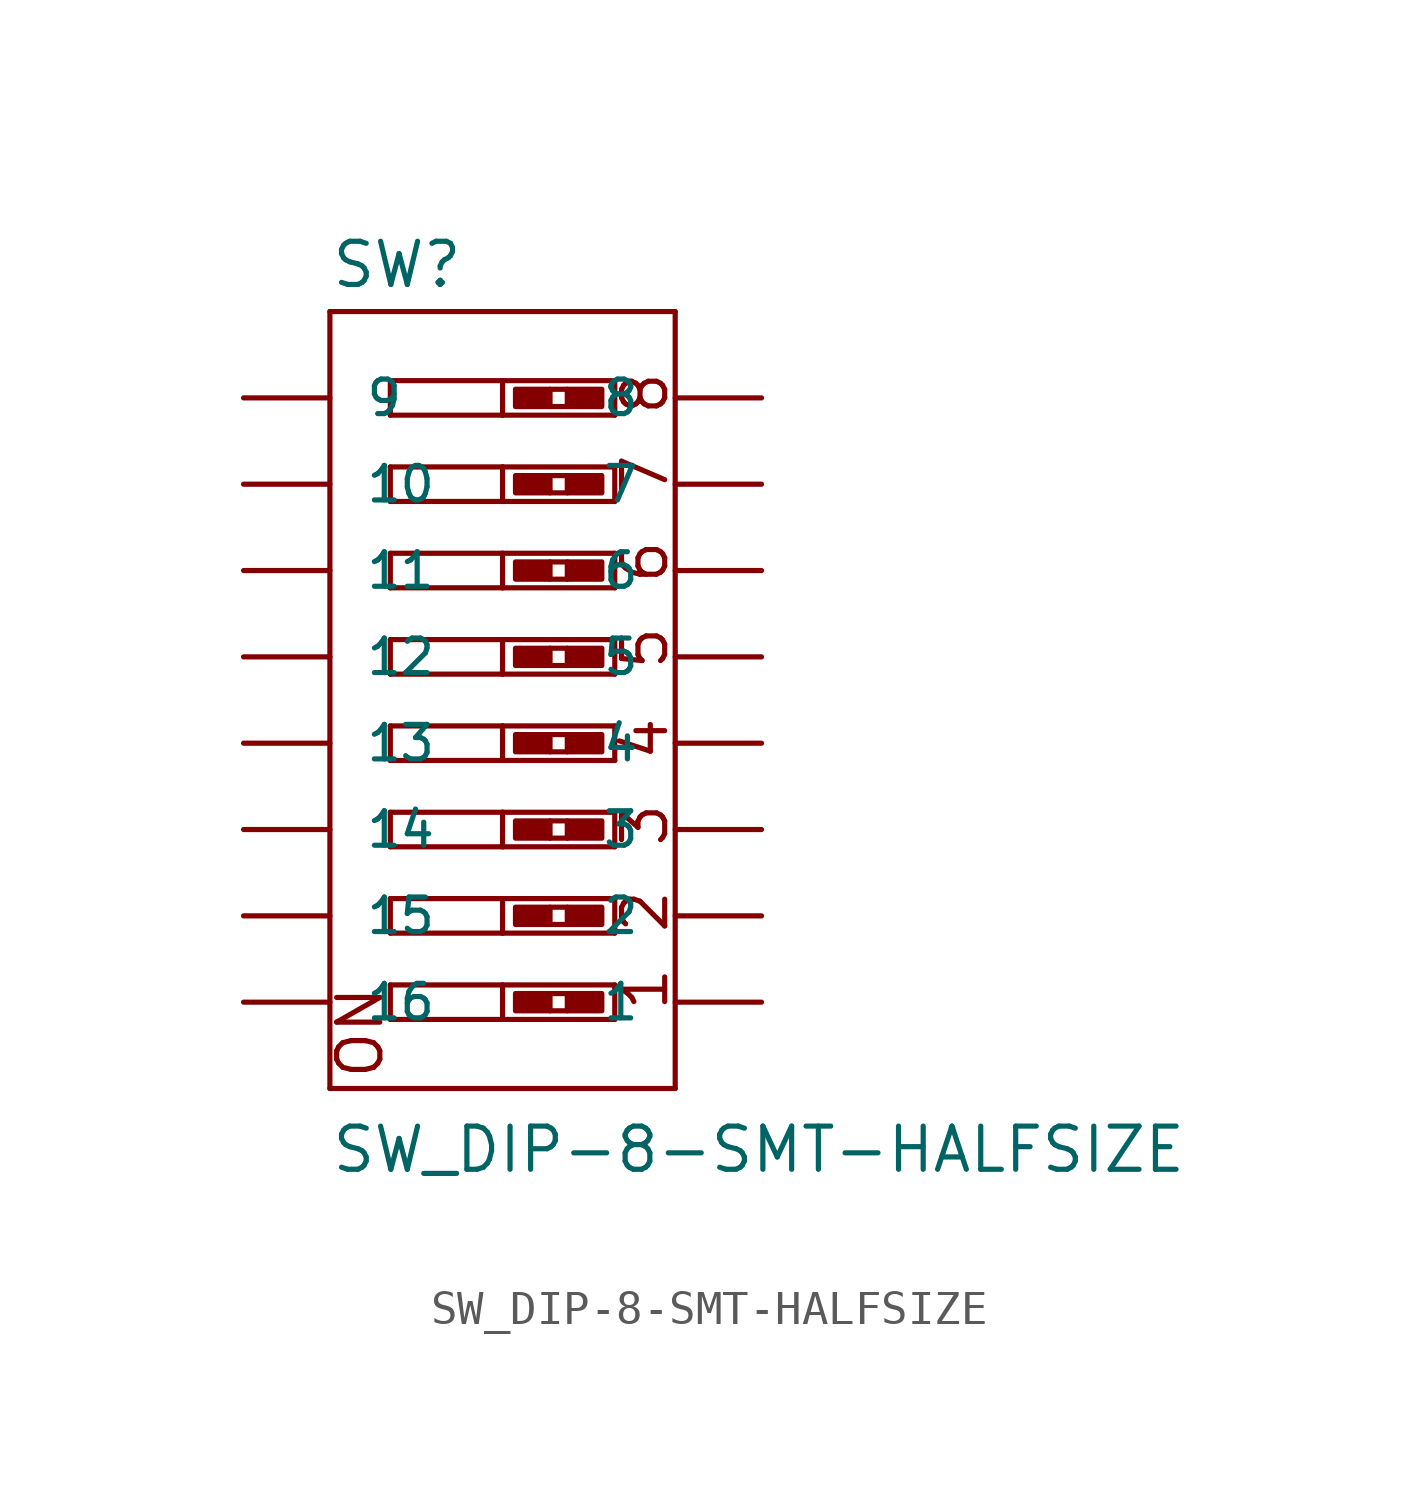
<source format=kicad_sym>
(kicad_symbol_lib
  (version 20211014)
  (generator kicad_symbol_editor)
  (symbol "SW_DIP-8-SMT-HALFSIZE"
    (pin_numbers hide)
    (pin_names
      (offset 1.016))
    (property "Reference" "SW"
      (at -5.08 10.795 0)
      (effects (font (size 1.27 1.27)) (justify left bottom)))
    (property "Value" "SW_DIP-8-SMT-HALFSIZE"
      (at -5.08 -15.24 0)
      (effects (font (size 1.27 1.27)) (justify left bottom)))
    (property "ki_locked" ""
      (at 0 0 0)
      (effects (font (size 1.27 1.27))))
    (symbol "SW_DIP-8-SMT-HALFSIZE_1_0"
      (polyline (pts (xy -5.08 -12.7) (xy 5.08 -12.7)) (stroke (width 0) (type default) (color 0 0 0 0)) (fill (type none)))
      (polyline (pts (xy -5.08 10.16) (xy -5.08 -12.7)) (stroke (width 0) (type default) (color 0 0 0 0)) (fill (type none)))
      (polyline (pts (xy -3.302 -10.668) (xy -3.302 -9.652)) (stroke (width 0) (type default) (color 0 0 0 0)) (fill (type none)))
      (polyline (pts (xy -3.302 -9.652) (xy 0 -9.652)) (stroke (width 0) (type default) (color 0 0 0 0)) (fill (type none)))
      (polyline (pts (xy -3.302 -8.128) (xy -3.302 -7.112)) (stroke (width 0) (type default) (color 0 0 0 0)) (fill (type none)))
      (polyline (pts (xy -3.302 -7.112) (xy 0 -7.112)) (stroke (width 0) (type default) (color 0 0 0 0)) (fill (type none)))
      (polyline (pts (xy -3.302 -5.588) (xy -3.302 -4.572)) (stroke (width 0) (type default) (color 0 0 0 0)) (fill (type none)))
      (polyline (pts (xy -3.302 -4.572) (xy 0 -4.572)) (stroke (width 0) (type default) (color 0 0 0 0)) (fill (type none)))
      (polyline (pts (xy -3.302 -3.048) (xy -3.302 -2.032)) (stroke (width 0) (type default) (color 0 0 0 0)) (fill (type none)))
      (polyline (pts (xy -3.302 -2.032) (xy 0 -2.032)) (stroke (width 0) (type default) (color 0 0 0 0)) (fill (type none)))
      (polyline (pts (xy -3.302 -0.508) (xy -3.302 0.508)) (stroke (width 0) (type default) (color 0 0 0 0)) (fill (type none)))
      (polyline (pts (xy -3.302 0.508) (xy 0 0.508)) (stroke (width 0) (type default) (color 0 0 0 0)) (fill (type none)))
      (polyline (pts (xy -3.302 2.032) (xy -3.302 3.048)) (stroke (width 0) (type default) (color 0 0 0 0)) (fill (type none)))
      (polyline (pts (xy -3.302 3.048) (xy 0 3.048)) (stroke (width 0) (type default) (color 0 0 0 0)) (fill (type none)))
      (polyline (pts (xy -3.302 4.572) (xy -3.302 5.588)) (stroke (width 0) (type default) (color 0 0 0 0)) (fill (type none)))
      (polyline (pts (xy -3.302 5.588) (xy 0 5.588)) (stroke (width 0) (type default) (color 0 0 0 0)) (fill (type none)))
      (polyline (pts (xy -3.302 7.112) (xy -3.302 8.128)) (stroke (width 0) (type default) (color 0 0 0 0)) (fill (type none)))
      (polyline (pts (xy -3.302 8.128) (xy 0 8.128)) (stroke (width 0) (type default) (color 0 0 0 0)) (fill (type none)))
      (polyline (pts (xy 0 -10.668) (xy -3.302 -10.668)) (stroke (width 0) (type default) (color 0 0 0 0)) (fill (type none)))
      (polyline (pts (xy 0 -9.652) (xy 0 -10.668)) (stroke (width 0) (type default) (color 0 0 0 0)) (fill (type none)))
      (polyline (pts (xy 0 -9.652) (xy 3.302 -9.652)) (stroke (width 0) (type default) (color 0 0 0 0)) (fill (type none)))
      (polyline (pts (xy 0 -8.128) (xy -3.302 -8.128)) (stroke (width 0) (type default) (color 0 0 0 0)) (fill (type none)))
      (polyline (pts (xy 0 -7.112) (xy 0 -8.128)) (stroke (width 0) (type default) (color 0 0 0 0)) (fill (type none)))
      (polyline (pts (xy 0 -7.112) (xy 3.302 -7.112)) (stroke (width 0) (type default) (color 0 0 0 0)) (fill (type none)))
      (polyline (pts (xy 0 -5.588) (xy -3.302 -5.588)) (stroke (width 0) (type default) (color 0 0 0 0)) (fill (type none)))
      (polyline (pts (xy 0 -4.572) (xy 0 -5.588)) (stroke (width 0) (type default) (color 0 0 0 0)) (fill (type none)))
      (polyline (pts (xy 0 -4.572) (xy 3.302 -4.572)) (stroke (width 0) (type default) (color 0 0 0 0)) (fill (type none)))
      (polyline (pts (xy 0 -3.048) (xy -3.302 -3.048)) (stroke (width 0) (type default) (color 0 0 0 0)) (fill (type none)))
      (polyline (pts (xy 0 -2.032) (xy 0 -3.048)) (stroke (width 0) (type default) (color 0 0 0 0)) (fill (type none)))
      (polyline (pts (xy 0 -2.032) (xy 3.302 -2.032)) (stroke (width 0) (type default) (color 0 0 0 0)) (fill (type none)))
      (polyline (pts (xy 0 -0.508) (xy -3.302 -0.508)) (stroke (width 0) (type default) (color 0 0 0 0)) (fill (type none)))
      (polyline (pts (xy 0 0.508) (xy 0 -0.508)) (stroke (width 0) (type default) (color 0 0 0 0)) (fill (type none)))
      (polyline (pts (xy 0 0.508) (xy 3.302 0.508)) (stroke (width 0) (type default) (color 0 0 0 0)) (fill (type none)))
      (polyline (pts (xy 0 2.032) (xy -3.302 2.032)) (stroke (width 0) (type default) (color 0 0 0 0)) (fill (type none)))
      (polyline (pts (xy 0 3.048) (xy 0 2.032)) (stroke (width 0) (type default) (color 0 0 0 0)) (fill (type none)))
      (polyline (pts (xy 0 3.048) (xy 3.302 3.048)) (stroke (width 0) (type default) (color 0 0 0 0)) (fill (type none)))
      (polyline (pts (xy 0 4.572) (xy -3.302 4.572)) (stroke (width 0) (type default) (color 0 0 0 0)) (fill (type none)))
      (polyline (pts (xy 0 5.588) (xy 0 4.572)) (stroke (width 0) (type default) (color 0 0 0 0)) (fill (type none)))
      (polyline (pts (xy 0 5.588) (xy 3.302 5.588)) (stroke (width 0) (type default) (color 0 0 0 0)) (fill (type none)))
      (polyline (pts (xy 0 7.112) (xy -3.302 7.112)) (stroke (width 0) (type default) (color 0 0 0 0)) (fill (type none)))
      (polyline (pts (xy 0 8.128) (xy 0 7.112)) (stroke (width 0) (type default) (color 0 0 0 0)) (fill (type none)))
      (polyline (pts (xy 0 8.128) (xy 3.302 8.128)) (stroke (width 0) (type default) (color 0 0 0 0)) (fill (type none)))
      (polyline (pts (xy 1.397 -10.414) (xy 1.905 -10.414)) (stroke (width 0) (type default) (color 0 0 0 0)) (fill (type none)))
      (polyline (pts (xy 1.397 -9.906) (xy 1.905 -9.906)) (stroke (width 0) (type default) (color 0 0 0 0)) (fill (type none)))
      (polyline (pts (xy 1.397 -7.874) (xy 1.905 -7.874)) (stroke (width 0) (type default) (color 0 0 0 0)) (fill (type none)))
      (polyline (pts (xy 1.397 -7.366) (xy 1.905 -7.366)) (stroke (width 0) (type default) (color 0 0 0 0)) (fill (type none)))
      (polyline (pts (xy 1.397 -5.334) (xy 1.905 -5.334)) (stroke (width 0) (type default) (color 0 0 0 0)) (fill (type none)))
      (polyline (pts (xy 1.397 -4.826) (xy 1.905 -4.826)) (stroke (width 0) (type default) (color 0 0 0 0)) (fill (type none)))
      (polyline (pts (xy 1.397 -2.794) (xy 1.905 -2.794)) (stroke (width 0) (type default) (color 0 0 0 0)) (fill (type none)))
      (polyline (pts (xy 1.397 -2.286) (xy 1.905 -2.286)) (stroke (width 0) (type default) (color 0 0 0 0)) (fill (type none)))
      (polyline (pts (xy 1.397 -0.254) (xy 1.905 -0.254)) (stroke (width 0) (type default) (color 0 0 0 0)) (fill (type none)))
      (polyline (pts (xy 1.397 0.254) (xy 1.905 0.254)) (stroke (width 0) (type default) (color 0 0 0 0)) (fill (type none)))
      (polyline (pts (xy 1.397 2.286) (xy 1.905 2.286)) (stroke (width 0) (type default) (color 0 0 0 0)) (fill (type none)))
      (polyline (pts (xy 1.397 2.794) (xy 1.905 2.794)) (stroke (width 0) (type default) (color 0 0 0 0)) (fill (type none)))
      (polyline (pts (xy 1.397 4.826) (xy 1.905 4.826)) (stroke (width 0) (type default) (color 0 0 0 0)) (fill (type none)))
      (polyline (pts (xy 1.397 5.334) (xy 1.905 5.334)) (stroke (width 0) (type default) (color 0 0 0 0)) (fill (type none)))
      (polyline (pts (xy 1.397 7.366) (xy 1.905 7.366)) (stroke (width 0) (type default) (color 0 0 0 0)) (fill (type none)))
      (polyline (pts (xy 1.397 7.874) (xy 1.905 7.874)) (stroke (width 0) (type default) (color 0 0 0 0)) (fill (type none)))
      (polyline (pts (xy 3.302 -10.668) (xy 0 -10.668)) (stroke (width 0) (type default) (color 0 0 0 0)) (fill (type none)))
      (polyline (pts (xy 3.302 -9.652) (xy 3.302 -10.668)) (stroke (width 0) (type default) (color 0 0 0 0)) (fill (type none)))
      (polyline (pts (xy 3.302 -8.128) (xy 0 -8.128)) (stroke (width 0) (type default) (color 0 0 0 0)) (fill (type none)))
      (polyline (pts (xy 3.302 -7.112) (xy 3.302 -8.128)) (stroke (width 0) (type default) (color 0 0 0 0)) (fill (type none)))
      (polyline (pts (xy 3.302 -5.588) (xy 0 -5.588)) (stroke (width 0) (type default) (color 0 0 0 0)) (fill (type none)))
      (polyline (pts (xy 3.302 -4.572) (xy 3.302 -5.588)) (stroke (width 0) (type default) (color 0 0 0 0)) (fill (type none)))
      (polyline (pts (xy 3.302 -3.048) (xy 0 -3.048)) (stroke (width 0) (type default) (color 0 0 0 0)) (fill (type none)))
      (polyline (pts (xy 3.302 -2.032) (xy 3.302 -3.048)) (stroke (width 0) (type default) (color 0 0 0 0)) (fill (type none)))
      (polyline (pts (xy 3.302 -0.508) (xy 0 -0.508)) (stroke (width 0) (type default) (color 0 0 0 0)) (fill (type none)))
      (polyline (pts (xy 3.302 0.508) (xy 3.302 -0.508)) (stroke (width 0) (type default) (color 0 0 0 0)) (fill (type none)))
      (polyline (pts (xy 3.302 2.032) (xy 0 2.032)) (stroke (width 0) (type default) (color 0 0 0 0)) (fill (type none)))
      (polyline (pts (xy 3.302 3.048) (xy 3.302 2.032)) (stroke (width 0) (type default) (color 0 0 0 0)) (fill (type none)))
      (polyline (pts (xy 3.302 4.572) (xy 0 4.572)) (stroke (width 0) (type default) (color 0 0 0 0)) (fill (type none)))
      (polyline (pts (xy 3.302 5.588) (xy 3.302 4.572)) (stroke (width 0) (type default) (color 0 0 0 0)) (fill (type none)))
      (polyline (pts (xy 3.302 7.112) (xy 0 7.112)) (stroke (width 0) (type default) (color 0 0 0 0)) (fill (type none)))
      (polyline (pts (xy 3.302 8.128) (xy 3.302 7.112)) (stroke (width 0) (type default) (color 0 0 0 0)) (fill (type none)))
      (polyline (pts (xy 5.08 -12.7) (xy 5.08 10.16)) (stroke (width 0) (type default) (color 0 0 0 0)) (fill (type none)))
      (polyline (pts (xy 5.08 10.16) (xy -5.08 10.16)) (stroke (width 0) (type default) (color 0 0 0 0)) (fill (type none)))
      (text "1" (at 4.191 -9.779 900) (effects (font (size 1.27 1.27))))
      (text "2" (at 4.191 -7.493 900) (effects (font (size 1.27 1.27))))
      (text "3" (at 4.191 -4.953 900) (effects (font (size 1.27 1.27))))
      (text "4" (at 4.191 -2.413 900) (effects (font (size 1.27 1.27))))
      (text "5" (at 4.191 0.254 900) (effects (font (size 1.27 1.27))))
      (text "6" (at 4.191 2.794 900) (effects (font (size 1.27 1.27))))
      (text "7" (at 4.191 5.334 900) (effects (font (size 1.27 1.27))))
      (text "8" (at 4.191 7.747 900) (effects (font (size 1.27 1.27))))
      (text "ON" (at -4.191 -11.049 900) (effects (font (size 1.27 1.27)))))
    (symbol "SW_DIP-8-SMT-HALFSIZE_1_1"
      (rectangle (start 0.381 -10.414) (end 1.397 -9.906) (stroke (width 0) (type default) (color 0 0 0 0)) (fill (type outline)))
      (rectangle (start 0.381 -7.874) (end 1.397 -7.366) (stroke (width 0) (type default) (color 0 0 0 0)) (fill (type outline)))
      (rectangle (start 0.381 -5.334) (end 1.397 -4.826) (stroke (width 0) (type default) (color 0 0 0 0)) (fill (type outline)))
      (rectangle (start 0.381 -2.794) (end 1.397 -2.286) (stroke (width 0) (type default) (color 0 0 0 0)) (fill (type outline)))
      (rectangle (start 0.381 -0.254) (end 1.397 0.254) (stroke (width 0) (type default) (color 0 0 0 0)) (fill (type outline)))
      (rectangle (start 0.381 2.286) (end 1.397 2.794) (stroke (width 0) (type default) (color 0 0 0 0)) (fill (type outline)))
      (rectangle (start 0.381 4.826) (end 1.397 5.334) (stroke (width 0) (type default) (color 0 0 0 0)) (fill (type outline)))
      (rectangle (start 0.381 7.366) (end 1.397 7.874) (stroke (width 0) (type default) (color 0 0 0 0)) (fill (type outline)))
      (rectangle (start 1.905 -10.414) (end 2.921 -9.906) (stroke (width 0) (type default) (color 0 0 0 0)) (fill (type outline)))
      (rectangle (start 1.905 -7.874) (end 2.921 -7.366) (stroke (width 0) (type default) (color 0 0 0 0)) (fill (type outline)))
      (rectangle (start 1.905 -5.334) (end 2.921 -4.826) (stroke (width 0) (type default) (color 0 0 0 0)) (fill (type outline)))
      (rectangle (start 1.905 -2.794) (end 2.921 -2.286) (stroke (width 0) (type default) (color 0 0 0 0)) (fill (type outline)))
      (rectangle (start 1.905 -0.254) (end 2.921 0.254) (stroke (width 0) (type default) (color 0 0 0 0)) (fill (type outline)))
      (rectangle (start 1.905 2.286) (end 2.921 2.794) (stroke (width 0) (type default) (color 0 0 0 0)) (fill (type outline)))
      (rectangle (start 1.905 4.826) (end 2.921 5.334) (stroke (width 0) (type default) (color 0 0 0 0)) (fill (type outline)))
      (rectangle (start 1.905 7.366) (end 2.921 7.874) (stroke (width 0) (type default) (color 0 0 0 0)) (fill (type outline)))
      (pin passive line (at 7.62 -10.16 180) (length 2.54) (name "1" (effects (font (size 1.016 1.016)))) (number "1" (effects (font (size 1.016 1.016)))))
      (pin passive line (at -7.62 5.08 0) (length 2.54) (name "10" (effects (font (size 1.016 1.016)))) (number "10" (effects (font (size 1.016 1.016)))))
      (pin passive line (at -7.62 2.54 0) (length 2.54) (name "11" (effects (font (size 1.016 1.016)))) (number "11" (effects (font (size 1.016 1.016)))))
      (pin passive line (at -7.62 0 0) (length 2.54) (name "12" (effects (font (size 1.016 1.016)))) (number "12" (effects (font (size 1.016 1.016)))))
      (pin passive line (at -7.62 -2.54 0) (length 2.54) (name "13" (effects (font (size 1.016 1.016)))) (number "13" (effects (font (size 1.016 1.016)))))
      (pin passive line (at -7.62 -5.08 0) (length 2.54) (name "14" (effects (font (size 1.016 1.016)))) (number "14" (effects (font (size 1.016 1.016)))))
      (pin passive line (at -7.62 -7.62 0) (length 2.54) (name "15" (effects (font (size 1.016 1.016)))) (number "15" (effects (font (size 1.016 1.016)))))
      (pin passive line (at -7.62 -10.16 0) (length 2.54) (name "16" (effects (font (size 1.016 1.016)))) (number "16" (effects (font (size 1.016 1.016)))))
      (pin passive line (at 7.62 -7.62 180) (length 2.54) (name "2" (effects (font (size 1.016 1.016)))) (number "2" (effects (font (size 1.016 1.016)))))
      (pin passive line (at 7.62 -5.08 180) (length 2.54) (name "3" (effects (font (size 1.016 1.016)))) (number "3" (effects (font (size 1.016 1.016)))))
      (pin passive line (at 7.62 -2.54 180) (length 2.54) (name "4" (effects (font (size 1.016 1.016)))) (number "4" (effects (font (size 1.016 1.016)))))
      (pin passive line (at 7.62 0 180) (length 2.54) (name "5" (effects (font (size 1.016 1.016)))) (number "5" (effects (font (size 1.016 1.016)))))
      (pin passive line (at 7.62 2.54 180) (length 2.54) (name "6" (effects (font (size 1.016 1.016)))) (number "6" (effects (font (size 1.016 1.016)))))
      (pin passive line (at 7.62 5.08 180) (length 2.54) (name "7" (effects (font (size 1.016 1.016)))) (number "7" (effects (font (size 1.016 1.016)))))
      (pin passive line (at 7.62 7.62 180) (length 2.54) (name "8" (effects (font (size 1.016 1.016)))) (number "8" (effects (font (size 1.016 1.016)))))
      (pin passive line (at -7.62 7.62 0) (length 2.54) (name "9" (effects (font (size 1.016 1.016)))) (number "9" (effects (font (size 1.016 1.016))))))))
</source>
